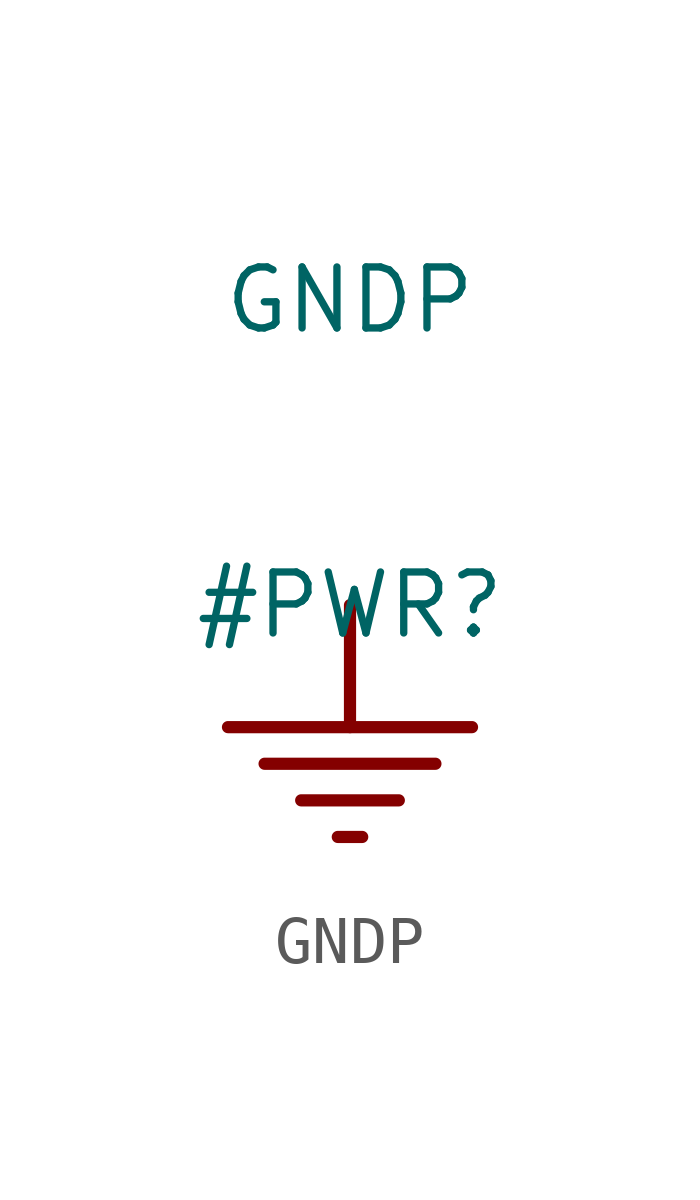
<source format=kicad_sym>
(kicad_symbol_lib
  (version 20211014)
  (generator kicad_symbol_editor)
  (symbol "GNDP"
    (power)
    (property "Reference" "#PWR"
      (at 0 0 0)
      (effects (font (size 1.27 1.27))))
    (property "Value" "GNDP"
      (at 0 6.35 0)
      (effects (font (size 1.27 1.27))))
    (symbol "GNDP_0_0"
      (polyline (pts (xy -2.54 -2.54) (xy 2.54 -2.54)) (stroke (width 0.254) (type default) (color 0 0 0 0)) (fill (type none)))
      (polyline (pts (xy -1.778 -3.302) (xy 1.778 -3.302)) (stroke (width 0.254) (type default) (color 0 0 0 0)) (fill (type none)))
      (polyline (pts (xy -1.016 -4.064) (xy 1.016 -4.064)) (stroke (width 0.254) (type default) (color 0 0 0 0)) (fill (type none)))
      (polyline (pts (xy -0.254 -4.826) (xy 0.254 -4.826)) (stroke (width 0.254) (type default) (color 0 0 0 0)) (fill (type none)))
      (polyline (pts (xy 0 0) (xy 0 -2.54)) (stroke (width 0.254) (type default) (color 0 0 0 0)) (fill (type none)))
      (pin power_in line (at 0 0 0) (length 0) hide (name "GNDP" (effects (font (size 1.27 1.27)))) (number "" (effects (font (size 1.27 1.27))))))))
</source>
